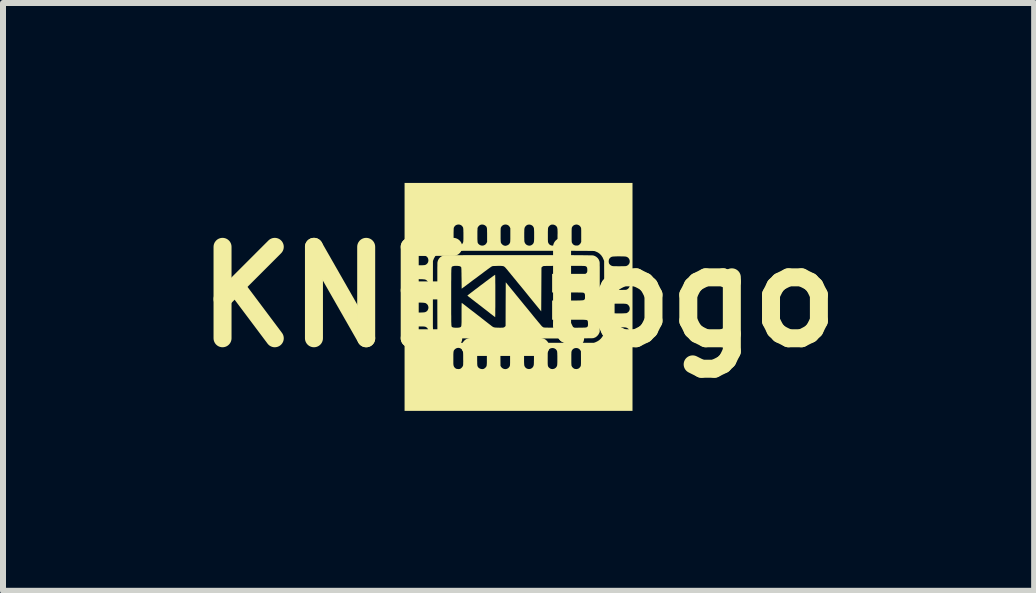
<source format=kicad_pcb>
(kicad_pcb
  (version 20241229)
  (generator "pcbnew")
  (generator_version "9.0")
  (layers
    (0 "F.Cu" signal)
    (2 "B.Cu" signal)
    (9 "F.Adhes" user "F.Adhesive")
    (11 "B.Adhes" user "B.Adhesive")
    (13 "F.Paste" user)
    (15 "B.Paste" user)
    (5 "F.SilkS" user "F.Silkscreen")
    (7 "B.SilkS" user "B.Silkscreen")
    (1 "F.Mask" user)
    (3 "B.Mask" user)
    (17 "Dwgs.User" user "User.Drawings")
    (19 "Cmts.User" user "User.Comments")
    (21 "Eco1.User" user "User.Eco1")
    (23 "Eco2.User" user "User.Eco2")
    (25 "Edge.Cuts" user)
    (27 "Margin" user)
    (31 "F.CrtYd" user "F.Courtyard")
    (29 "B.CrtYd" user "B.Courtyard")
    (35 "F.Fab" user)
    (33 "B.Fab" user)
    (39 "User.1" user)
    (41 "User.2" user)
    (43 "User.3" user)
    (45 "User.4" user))
  (footprint "KNE_logo"
    (layer "F.Cu")
    (at 5.595 1.9)
    (property "Reference" "KNE_logo" (at 0 0 0) (layer "F.SilkS") (effects (font (size 1.524 1.524) (thickness 0.3))))
    (attr board_only exclude_from_pos_files exclude_from_bom)
    (fp_poly (pts (xy -0.39 -0.366) (xy -0.389 -0.355) (xy -0.389 -0.338) (xy -0.388 -0.314) (xy -0.388 -0.283) (xy -0.388 -0.245) (xy -0.387 -0.2) (xy -0.387 -0.149) (xy -0.387 -0.091) (xy -0.387 -0.026) (xy -0.387 -0.016) (xy -0.387 0.033) (xy -0.387 0.081) (xy -0.387 0.125) (xy -0.387 0.167) (xy -0.388 0.205) (xy -0.388 0.24) (xy -0.388 0.27) (xy -0.388 0.295) (xy -0.389 0.314) (xy -0.389 0.328) (xy -0.389 0.336) (xy -0.39 0.338) (xy -0.393 0.335) (xy -0.401 0.329) (xy -0.413 0.32) (xy -0.429 0.308) (xy -0.447 0.294) (xy -0.467 0.279) (xy -0.47 0.277) (xy -0.488 0.262) (xy -0.511 0.244) (xy -0.538 0.223) (xy -0.568 0.2) (xy -0.599 0.176) (xy -0.632 0.15) (xy -0.665 0.125) (xy -0.696 0.1) (xy -0.699 0.099) (xy -0.727 0.077) (xy -0.754 0.056) (xy -0.779 0.037) (xy -0.801 0.019) (xy -0.82 0.005) (xy -0.835 -0.007) (xy -0.846 -0.016) (xy -0.852 -0.02) (xy -0.853 -0.021) (xy -0.851 -0.024) (xy -0.843 -0.03) (xy -0.831 -0.04) (xy -0.815 -0.052) (xy -0.795 -0.068) (xy -0.772 -0.085) (xy -0.746 -0.105) (xy -0.719 -0.126) (xy -0.689 -0.148) (xy -0.659 -0.171) (xy -0.628 -0.195) (xy -0.596 -0.218) (xy -0.566 -0.241) (xy -0.536 -0.264) (xy -0.507 -0.285) (xy -0.481 -0.305) (xy -0.457 -0.322) (xy -0.436 -0.338) (xy -0.418 -0.351) (xy -0.404 -0.36) (xy -0.395 -0.367) (xy -0.391 -0.369) (xy -0.391 -0.369)) (stroke (width 0) (type solid)) (fill yes) (layer "F.SilkS"))
    (fp_poly (pts (xy 0.121 -0.697) (xy 0.202 -0.697) (xy 0.283 -0.697) (xy 0.362 -0.697) (xy 0.44 -0.697) (xy 0.516 -0.697) (xy 0.59 -0.697) (xy 0.661 -0.696) (xy 0.73 -0.696) (xy 0.796 -0.696) (xy 0.859 -0.696) (xy 0.918 -0.696) (xy 0.973 -0.695) (xy 1.024 -0.695) (xy 1.071 -0.695) (xy 1.113 -0.694) (xy 1.149 -0.694) (xy 1.18 -0.693) (xy 1.205 -0.693) (xy 1.225 -0.693) (xy 1.237 -0.692) (xy 1.243 -0.692) (xy 1.243 -0.692) (xy 1.273 -0.682) (xy 1.299 -0.666) (xy 1.321 -0.646) (xy 1.338 -0.621) (xy 1.349 -0.592) (xy 1.351 -0.584) (xy 1.352 -0.58) (xy 1.352 -0.572) (xy 1.353 -0.56) (xy 1.353 -0.544) (xy 1.353 -0.523) (xy 1.354 -0.499) (xy 1.354 -0.469) (xy 1.354 -0.435) (xy 1.354 -0.395) (xy 1.354 -0.35) (xy 1.354 -0.299) (xy 1.354 -0.242) (xy 1.354 -0.179) (xy 1.354 -0.109) (xy 1.354 -0.033) (xy 1.354 0.009) (xy 1.353 0.582) (xy 1.345 0.603) (xy 1.33 0.63) (xy 1.31 0.653) (xy 1.286 0.672) (xy 1.258 0.684) (xy 1.244 0.688) (xy 1.238 0.688) (xy 1.225 0.689) (xy 1.206 0.689) (xy 1.181 0.69) (xy 1.15 0.69) (xy 1.114 0.691) (xy 1.073 0.691) (xy 1.026 0.691) (xy 0.975 0.692) (xy 0.92 0.692) (xy 0.861 0.692) (xy 0.799 0.692) (xy 0.733 0.693) (xy 0.664 0.693) (xy 0.592 0.693) (xy 0.518 0.693) (xy 0.442 0.693) (xy 0.364 0.693) (xy 0.285 0.693) (xy 0.205 0.693) (xy 0.124 0.694) (xy 0.043 0.694) (xy -0.039 0.694) (xy -0.12 0.694) (xy -0.202 0.693) (xy -0.282 0.693) (xy -0.361 0.693) (xy -0.439 0.693) (xy -0.515 0.693) (xy -0.589 0.693) (xy -0.661 0.693) (xy -0.73 0.692) (xy -0.796 0.692) (xy -0.859 0.692) (xy -0.918 0.692) (xy -0.973 0.691) (xy -1.025 0.691) (xy -1.071 0.691) (xy -1.113 0.69) (xy -1.15 0.69) (xy -1.181 0.69) (xy -1.207 0.689) (xy -1.226 0.689) (xy -1.239 0.688) (xy -1.245 0.688) (xy -1.246 0.688) (xy -1.274 0.678) (xy -1.299 0.663) (xy -1.321 0.642) (xy -1.338 0.617) (xy -1.345 0.603) (xy -1.353 0.582) (xy -1.354 0.188) (xy -1.123 0.188) (xy -1.123 0.238) (xy -1.123 0.282) (xy -1.122 0.321) (xy -1.122 0.355) (xy -1.122 0.385) (xy -1.122 0.41) (xy -1.121 0.431) (xy -1.12 0.449) (xy -1.12 0.463) (xy -1.119 0.475) (xy -1.117 0.484) (xy -1.116 0.491) (xy -1.114 0.496) (xy -1.112 0.499) (xy -1.11 0.502) (xy -1.108 0.503) (xy -1.105 0.504) (xy -1.102 0.505) (xy -1.098 0.506) (xy -1.097 0.507) (xy -1.084 0.511) (xy -1.067 0.513) (xy -1.047 0.514) (xy -1.026 0.514) (xy -1.006 0.513) (xy -0.988 0.511) (xy -0.976 0.507) (xy -0.976 0.507) (xy -0.97 0.505) (xy -0.966 0.502) (xy -0.962 0.499) (xy -0.959 0.496) (xy -0.956 0.49) (xy -0.954 0.482) (xy -0.953 0.472) (xy -0.952 0.459) (xy -0.951 0.441) (xy -0.95 0.419) (xy -0.95 0.393) (xy -0.95 0.361) (xy -0.95 0.322) (xy -0.95 0.288) (xy -0.95 0.245) (xy -0.95 0.207) (xy -0.95 0.174) (xy -0.949 0.146) (xy -0.949 0.125) (xy -0.948 0.11) (xy -0.947 0.101) (xy -0.947 0.099) (xy -0.944 0.101) (xy -0.935 0.108) (xy -0.923 0.117) (xy -0.906 0.13) (xy -0.885 0.146) (xy -0.862 0.164) (xy -0.835 0.185) (xy -0.807 0.207) (xy -0.777 0.23) (xy -0.745 0.254) (xy -0.713 0.279) (xy -0.681 0.304) (xy -0.648 0.329) (xy -0.617 0.354) (xy -0.587 0.377) (xy -0.558 0.4) (xy -0.532 0.42) (xy -0.508 0.439) (xy -0.487 0.455) (xy -0.47 0.468) (xy -0.466 0.471) (xy -0.45 0.484) (xy -0.436 0.494) (xy -0.425 0.501) (xy -0.413 0.506) (xy -0.401 0.509) (xy -0.386 0.511) (xy -0.367 0.512) (xy -0.343 0.513) (xy -0.333 0.513) (xy -0.305 0.514) (xy -0.283 0.513) (xy -0.266 0.513) (xy -0.254 0.511) (xy -0.244 0.508) (xy -0.236 0.504) (xy -0.23 0.499) (xy -0.227 0.496) (xy -0.216 0.485) (xy -0.215 0.12) (xy -0.213 -0.244) (xy -0.127 -0.139) (xy -0.106 -0.113) (xy -0.084 -0.087) (xy -0.063 -0.061) (xy -0.044 -0.037) (xy -0.026 -0.015) (xy -0.011 0.003) (xy -0.002 0.014) (xy 0.051 0.079) (xy 0.099 0.138) (xy 0.143 0.191) (xy 0.183 0.24) (xy 0.219 0.284) (xy 0.251 0.324) (xy 0.279 0.358) (xy 0.305 0.389) (xy 0.326 0.415) (xy 0.345 0.437) (xy 0.36 0.455) (xy 0.372 0.47) (xy 0.381 0.48) (xy 0.388 0.488) (xy 0.392 0.492) (xy 0.392 0.492) (xy 0.403 0.5) (xy 0.415 0.507) (xy 0.421 0.51) (xy 0.427 0.511) (xy 0.439 0.511) (xy 0.458 0.512) (xy 0.483 0.512) (xy 0.515 0.513) (xy 0.553 0.513) (xy 0.598 0.513) (xy 0.65 0.514) (xy 0.709 0.514) (xy 0.775 0.514) (xy 0.777 0.514) (xy 0.835 0.514) (xy 0.886 0.514) (xy 0.932 0.514) (xy 0.971 0.514) (xy 1.005 0.513) (xy 1.034 0.513) (xy 1.059 0.513) (xy 1.079 0.512) (xy 1.096 0.512) (xy 1.109 0.511) (xy 1.12 0.51) (xy 1.128 0.508) (xy 1.134 0.507) (xy 1.139 0.505) (xy 1.142 0.503) (xy 1.145 0.501) (xy 1.147 0.498) (xy 1.15 0.495) (xy 1.15 0.494) (xy 1.154 0.489) (xy 1.156 0.483) (xy 1.157 0.474) (xy 1.158 0.462) (xy 1.158 0.448) (xy 1.157 0.427) (xy 1.156 0.412) (xy 1.153 0.403) (xy 1.152 0.401) (xy 1.151 0.397) (xy 1.149 0.394) (xy 1.147 0.391) (xy 1.144 0.389) (xy 1.139 0.387) (xy 1.133 0.385) (xy 1.125 0.384) (xy 1.114 0.383) (xy 1.1 0.382) (xy 1.083 0.381) (xy 1.061 0.381) (xy 1.035 0.38) (xy 1.004 0.38) (xy 0.967 0.38) (xy 0.925 0.38) (xy 0.877 0.38) (xy 0.843 0.38) (xy 0.56 0.38) (xy 0.56 0.06) (xy 0.815 0.06) (xy 0.865 0.06) (xy 0.908 0.06) (xy 0.946 0.06) (xy 0.977 0.06) (xy 1.004 0.059) (xy 1.026 0.059) (xy 1.044 0.058) (xy 1.059 0.057) (xy 1.07 0.056) (xy 1.079 0.055) (xy 1.085 0.053) (xy 1.09 0.051) (xy 1.094 0.049) (xy 1.097 0.046) (xy 1.099 0.042) (xy 1.101 0.04) (xy 1.104 0.035) (xy 1.107 0.029) (xy 1.108 0.021) (xy 1.108 0.008) (xy 1.108 -0.006) (xy 1.108 -0.027) (xy 1.106 -0.043) (xy 1.102 -0.054) (xy 1.096 -0.062) (xy 1.088 -0.067) (xy 1.086 -0.068) (xy 1.083 -0.069) (xy 1.079 -0.07) (xy 1.074 -0.071) (xy 1.066 -0.072) (xy 1.056 -0.072) (xy 1.043 -0.073) (xy 1.026 -0.073) (xy 1.006 -0.073) (xy 0.981 -0.074) (xy 0.95 -0.074) (xy 0.915 -0.074) (xy 0.873 -0.074) (xy 0.825 -0.074) (xy 0.817 -0.074) (xy 0.56 -0.074) (xy 0.56 -0.384) (xy 1.114 -0.384) (xy 1.126 -0.392) (xy 1.136 -0.401) (xy 1.143 -0.413) (xy 1.146 -0.429) (xy 1.147 -0.451) (xy 1.146 -0.458) (xy 1.145 -0.476) (xy 1.142 -0.489) (xy 1.137 -0.498) (xy 1.13 -0.505) (xy 1.122 -0.51) (xy 1.12 -0.511) (xy 1.118 -0.512) (xy 1.114 -0.513) (xy 1.11 -0.514) (xy 1.105 -0.515) (xy 1.097 -0.515) (xy 1.087 -0.516) (xy 1.074 -0.516) (xy 1.058 -0.517) (xy 1.039 -0.517) (xy 1.015 -0.517) (xy 0.987 -0.517) (xy 0.954 -0.517) (xy 0.916 -0.517) (xy 0.871 -0.517) (xy 0.821 -0.517) (xy 0.768 -0.517) (xy 0.708 -0.517) (xy 0.653 -0.517) (xy 0.603 -0.517) (xy 0.559 -0.517) (xy 0.52 -0.516) (xy 0.486 -0.516) (xy 0.459 -0.516) (xy 0.438 -0.515) (xy 0.424 -0.515) (xy 0.416 -0.514) (xy 0.415 -0.514) (xy 0.404 -0.509) (xy 0.394 -0.501) (xy 0.392 -0.499) (xy 0.382 -0.489) (xy 0.38 -0.124) (xy 0.378 0.241) (xy 0.19 0.011) (xy 0.14 -0.051) (xy 0.095 -0.107) (xy 0.053 -0.158) (xy 0.015 -0.204) (xy -0.019 -0.245) (xy -0.049 -0.283) (xy -0.077 -0.316) (xy -0.101 -0.346) (xy -0.123 -0.372) (xy -0.141 -0.395) (xy -0.158 -0.415) (xy -0.172 -0.432) (xy -0.183 -0.446) (xy -0.193 -0.458) (xy -0.202 -0.468) (xy -0.209 -0.476) (xy -0.214 -0.482) (xy -0.219 -0.487) (xy -0.222 -0.491) (xy -0.225 -0.494) (xy -0.227 -0.496) (xy -0.228 -0.497) (xy -0.236 -0.503) (xy -0.243 -0.508) (xy -0.252 -0.512) (xy -0.263 -0.514) (xy -0.276 -0.516) (xy -0.294 -0.517) (xy -0.317 -0.517) (xy -0.345 -0.517) (xy -0.352 -0.517) (xy -0.379 -0.516) (xy -0.4 -0.515) (xy -0.416 -0.515) (xy -0.428 -0.513) (xy -0.437 -0.512) (xy -0.443 -0.51) (xy -0.444 -0.51) (xy -0.449 -0.506) (xy -0.46 -0.499) (xy -0.475 -0.489) (xy -0.493 -0.476) (xy -0.514 -0.461) (xy -0.536 -0.444) (xy -0.553 -0.432) (xy -0.576 -0.415) (xy -0.603 -0.394) (xy -0.634 -0.371) (xy -0.668 -0.346) (xy -0.702 -0.32) (xy -0.738 -0.294) (xy -0.772 -0.269) (xy -0.799 -0.248) (xy -0.948 -0.137) (xy -0.95 -0.312) (xy -0.951 -0.355) (xy -0.951 -0.392) (xy -0.952 -0.422) (xy -0.952 -0.446) (xy -0.953 -0.465) (xy -0.954 -0.479) (xy -0.955 -0.489) (xy -0.956 -0.494) (xy -0.956 -0.495) (xy -0.962 -0.501) (xy -0.971 -0.508) (xy -0.976 -0.51) (xy -0.988 -0.514) (xy -1.006 -0.516) (xy -1.026 -0.518) (xy -1.047 -0.518) (xy -1.068 -0.517) (xy -1.085 -0.514) (xy -1.097 -0.51) (xy -1.1 -0.509) (xy -1.104 -0.508) (xy -1.107 -0.507) (xy -1.109 -0.505) (xy -1.111 -0.503) (xy -1.113 -0.5) (xy -1.115 -0.495) (xy -1.117 -0.489) (xy -1.118 -0.48) (xy -1.119 -0.469) (xy -1.12 -0.455) (xy -1.121 -0.438) (xy -1.121 -0.418) (xy -1.122 -0.394) (xy -1.122 -0.365) (xy -1.122 -0.333) (xy -1.122 -0.295) (xy -1.123 -0.252) (xy -1.123 -0.203) (xy -1.123 -0.149) (xy -1.123 -0.088) (xy -1.123 -0.021) (xy -1.123 0.001) (xy -1.123 0.07) (xy -1.123 0.132) (xy -1.123 0.188) (xy -1.354 0.188) (xy -1.354 0.011) (xy -1.354 -0.071) (xy -1.354 -0.145) (xy -1.354 -0.212) (xy -1.354 -0.274) (xy -1.354 -0.329) (xy -1.354 -0.378) (xy -1.354 -0.421) (xy -1.354 -0.458) (xy -1.354 -0.491) (xy -1.353 -0.518) (xy -1.353 -0.54) (xy -1.353 -0.557) (xy -1.352 -0.57) (xy -1.352 -0.578) (xy -1.351 -0.582) (xy -1.342 -0.612) (xy -1.327 -0.638) (xy -1.307 -0.66) (xy -1.283 -0.677) (xy -1.254 -0.689) (xy -1.243 -0.692) (xy -1.238 -0.692) (xy -1.225 -0.693) (xy -1.206 -0.693) (xy -1.181 -0.693) (xy -1.15 -0.694) (xy -1.113 -0.694) (xy -1.072 -0.695) (xy -1.026 -0.695) (xy -0.975 -0.695) (xy -0.919 -0.696) (xy -0.86 -0.696) (xy -0.798 -0.696) (xy -0.732 -0.696) (xy -0.663 -0.696) (xy -0.591 -0.697) (xy -0.517 -0.697) (xy -0.441 -0.697) (xy -0.364 -0.697) (xy -0.284 -0.697) (xy -0.204 -0.697) (xy -0.123 -0.697) (xy -0.042 -0.697) (xy 0.04 -0.697)) (stroke (width 0) (type solid)) (fill yes) (layer "F.SilkS"))
    (fp_poly (pts (xy 1.9 1.9) (xy -1.9 1.9) (xy -1.9 1.027) (xy -1.087 1.027) (xy -1.087 1.06) (xy -1.087 1.087) (xy -1.087 1.109) (xy -1.086 1.126) (xy -1.084 1.139) (xy -1.082 1.149) (xy -1.079 1.157) (xy -1.075 1.164) (xy -1.071 1.171) (xy -1.067 1.176) (xy -1.052 1.19) (xy -1.036 1.199) (xy -1.016 1.202) (xy -1 1.203) (xy -0.986 1.202) (xy -0.975 1.199) (xy -0.966 1.195) (xy -0.96 1.191) (xy -0.942 1.174) (xy -0.929 1.154) (xy -0.925 1.143) (xy -0.924 1.135) (xy -0.923 1.12) (xy -0.923 1.1) (xy -0.922 1.073) (xy -0.923 1.042) (xy -0.923 1.028) (xy -0.69 1.028) (xy -0.69 1.061) (xy -0.689 1.089) (xy -0.689 1.111) (xy -0.688 1.128) (xy -0.687 1.142) (xy -0.684 1.152) (xy -0.681 1.16) (xy -0.678 1.167) (xy -0.673 1.173) (xy -0.667 1.18) (xy -0.664 1.182) (xy -0.647 1.194) (xy -0.627 1.201) (xy -0.605 1.204) (xy -0.585 1.201) (xy -0.579 1.199) (xy -0.563 1.189) (xy -0.548 1.175) (xy -0.537 1.16) (xy -0.533 1.152) (xy -0.532 1.146) (xy -0.531 1.138) (xy -0.53 1.129) (xy -0.529 1.115) (xy -0.528 1.098) (xy -0.528 1.076) (xy -0.528 1.049) (xy -0.528 1.024) (xy -0.528 0.973) (xy -0.302 0.973) (xy -0.302 1.006) (xy -0.302 1.033) (xy -0.301 1.15) (xy -0.29 1.167) (xy -0.276 1.183) (xy -0.258 1.195) (xy -0.237 1.202) (xy -0.215 1.204) (xy -0.193 1.199) (xy -0.191 1.198) (xy -0.173 1.188) (xy -0.158 1.173) (xy -0.147 1.156) (xy -0.146 1.152) (xy -0.144 1.146) (xy -0.143 1.14) (xy -0.142 1.131) (xy -0.142 1.119) (xy -0.141 1.103) (xy -0.141 1.082) (xy -0.141 1.055) (xy -0.141 1.034) (xy 0.092 1.034) (xy 0.092 1.06) (xy 0.092 1.084) (xy 0.093 1.106) (xy 0.094 1.124) (xy 0.095 1.136) (xy 0.095 1.14) (xy 0.103 1.161) (xy 0.116 1.179) (xy 0.133 1.192) (xy 0.153 1.2) (xy 0.174 1.203) (xy 0.196 1.2) (xy 0.21 1.195) (xy 0.23 1.181) (xy 0.244 1.163) (xy 0.252 1.142) (xy 0.254 1.133) (xy 0.255 1.118) (xy 0.256 1.098) (xy 0.256 1.084) (xy 0.486 1.084) (xy 0.486 1.106) (xy 0.487 1.125) (xy 0.488 1.139) (xy 0.49 1.15) (xy 0.493 1.158) (xy 0.496 1.165) (xy 0.5 1.171) (xy 0.506 1.177) (xy 0.508 1.179) (xy 0.527 1.194) (xy 0.548 1.202) (xy 0.571 1.203) (xy 0.594 1.198) (xy 0.601 1.194) (xy 0.621 1.181) (xy 0.635 1.163) (xy 0.644 1.141) (xy 0.644 1.139) (xy 0.645 1.128) (xy 0.646 1.11) (xy 0.647 1.086) (xy 0.647 1.054) (xy 0.647 1.027) (xy 0.88 1.027) (xy 0.88 1.064) (xy 0.88 1.095) (xy 0.881 1.119) (xy 0.882 1.136) (xy 0.883 1.146) (xy 0.884 1.148) (xy 0.891 1.163) (xy 0.903 1.178) (xy 0.917 1.19) (xy 0.93 1.198) (xy 0.95 1.202) (xy 0.971 1.203) (xy 0.99 1.198) (xy 0.994 1.197) (xy 1.009 1.188) (xy 1.022 1.175) (xy 1.033 1.16) (xy 1.038 1.148) (xy 1.039 1.14) (xy 1.04 1.125) (xy 1.041 1.104) (xy 1.041 1.076) (xy 1.041 1.041) (xy 1.041 1.02) (xy 1.04 0.906) (xy 1.029 0.888) (xy 1.015 0.871) (xy 0.998 0.86) (xy 0.978 0.853) (xy 0.957 0.852) (xy 0.937 0.855) (xy 0.918 0.863) (xy 0.902 0.876) (xy 0.889 0.894) (xy 0.885 0.904) (xy 0.884 0.91) (xy 0.882 0.917) (xy 0.881 0.927) (xy 0.881 0.941) (xy 0.88 0.959) (xy 0.88 0.982) (xy 0.88 1.011) (xy 0.88 1.027) (xy 0.647 1.027) (xy 0.647 1.015) (xy 0.647 0.985) (xy 0.646 0.961) (xy 0.646 0.942) (xy 0.645 0.928) (xy 0.644 0.918) (xy 0.643 0.91) (xy 0.642 0.904) (xy 0.64 0.9) (xy 0.638 0.895) (xy 0.638 0.895) (xy 0.624 0.875) (xy 0.606 0.862) (xy 0.585 0.854) (xy 0.56 0.852) (xy 0.56 0.852) (xy 0.536 0.857) (xy 0.517 0.867) (xy 0.501 0.883) (xy 0.497 0.888) (xy 0.487 0.903) (xy 0.486 1.021) (xy 0.486 1.055) (xy 0.486 1.084) (xy 0.256 1.084) (xy 0.256 1.075) (xy 0.257 1.05) (xy 0.257 1.024) (xy 0.257 0.998) (xy 0.257 0.973) (xy 0.256 0.951) (xy 0.255 0.933) (xy 0.254 0.92) (xy 0.253 0.915) (xy 0.245 0.893) (xy 0.232 0.875) (xy 0.214 0.861) (xy 0.192 0.853) (xy 0.174 0.852) (xy 0.151 0.855) (xy 0.13 0.864) (xy 0.113 0.879) (xy 0.101 0.898) (xy 0.095 0.915) (xy 0.094 0.924) (xy 0.093 0.94) (xy 0.092 0.959) (xy 0.092 0.983) (xy 0.092 1.008) (xy 0.092 1.034) (xy -0.141 1.034) (xy -0.141 1.027) (xy -0.141 0.913) (xy -0.15 0.894) (xy -0.163 0.875) (xy -0.18 0.861) (xy -0.199 0.853) (xy -0.22 0.85) (xy -0.242 0.852) (xy -0.262 0.861) (xy -0.28 0.874) (xy -0.289 0.885) (xy -0.297 0.897) (xy -0.299 0.903) (xy -0.3 0.911) (xy -0.301 0.925) (xy -0.302 0.946) (xy -0.302 0.973) (xy -0.528 0.973) (xy -0.528 0.913) (xy -0.537 0.895) (xy -0.55 0.876) (xy -0.568 0.862) (xy -0.589 0.854) (xy -0.611 0.852) (xy -0.634 0.855) (xy -0.654 0.864) (xy -0.671 0.88) (xy -0.683 0.899) (xy -0.685 0.904) (xy -0.686 0.909) (xy -0.687 0.915) (xy -0.688 0.925) (xy -0.689 0.937) (xy -0.689 0.953) (xy -0.689 0.974) (xy -0.69 1) (xy -0.69 1.028) (xy -0.923 1.028) (xy -0.923 1.019) (xy -0.923 0.989) (xy -0.923 0.964) (xy -0.924 0.945) (xy -0.924 0.93) (xy -0.925 0.919) (xy -0.926 0.911) (xy -0.927 0.905) (xy -0.929 0.901) (xy -0.931 0.896) (xy -0.931 0.896) (xy -0.946 0.875) (xy -0.963 0.861) (xy -0.983 0.852) (xy -1.004 0.849) (xy -1.026 0.852) (xy -1.047 0.862) (xy -1.059 0.871) (xy -1.066 0.878) (xy -1.072 0.885) (xy -1.077 0.892) (xy -1.081 0.9) (xy -1.083 0.911) (xy -1.085 0.924) (xy -1.086 0.941) (xy -1.087 0.962) (xy -1.087 0.989) (xy -1.087 1.022) (xy -1.087 1.027) (xy -1.9 1.027) (xy -1.9 0.578) (xy -1.854 0.578) (xy -1.854 0.581) (xy -1.849 0.604) (xy -1.838 0.624) (xy -1.822 0.639) (xy -1.813 0.645) (xy -1.794 0.655) (xy -1.678 0.655) (xy -1.646 0.655) (xy -1.62 0.654) (xy -1.6 0.654) (xy -1.584 0.654) (xy -1.573 0.653) (xy -1.564 0.652) (xy -1.557 0.651) (xy -1.552 0.65) (xy -1.548 0.648) (xy -1.546 0.647) (xy -1.528 0.635) (xy -1.513 0.617) (xy -1.504 0.597) (xy -1.501 0.575) (xy -1.502 0.557) (xy -1.511 0.535) (xy -1.524 0.516) (xy -1.542 0.503) (xy -1.546 0.501) (xy -1.551 0.499) (xy -1.556 0.497) (xy -1.561 0.496) (xy -1.568 0.495) (xy -1.577 0.494) (xy -1.59 0.493) (xy -1.606 0.493) (xy -1.627 0.493) (xy -1.653 0.493) (xy -1.679 0.493) (xy -1.712 0.493) (xy -1.74 0.493) (xy -1.762 0.494) (xy -1.78 0.494) (xy -1.793 0.496) (xy -1.804 0.498) (xy -1.812 0.501) (xy -1.819 0.505) (xy -1.825 0.51) (xy -1.831 0.517) (xy -1.834 0.52) (xy -1.846 0.537) (xy -1.853 0.556) (xy -1.854 0.578) (xy -1.9 0.578) (xy -1.9 0.307) (xy -1.428 0.307) (xy -1.428 0.354) (xy -1.428 0.396) (xy -1.428 0.433) (xy -1.428 0.465) (xy -1.428 0.494) (xy -1.427 0.519) (xy -1.426 0.54) (xy -1.426 0.558) (xy -1.425 0.574) (xy -1.424 0.587) (xy -1.423 0.597) (xy -1.421 0.607) (xy -1.42 0.614) (xy -1.418 0.621) (xy -1.416 0.626) (xy -1.413 0.632) (xy -1.411 0.637) (xy -1.408 0.642) (xy -1.405 0.648) (xy -1.404 0.651) (xy -1.385 0.681) (xy -1.36 0.708) (xy -1.332 0.731) (xy -1.3 0.748) (xy -1.266 0.76) (xy -1.252 0.763) (xy -1.247 0.764) (xy -1.235 0.764) (xy -1.217 0.764) (xy -1.192 0.764) (xy -1.162 0.764) (xy -1.126 0.765) (xy -1.084 0.765) (xy -1.037 0.765) (xy -0.985 0.765) (xy -0.928 0.765) (xy -0.867 0.765) (xy -0.801 0.765) (xy -0.731 0.766) (xy -0.658 0.766) (xy -0.581 0.766) (xy -0.501 0.766) (xy -0.418 0.766) (xy -0.332 0.766) (xy -0.243 0.766) (xy -0.153 0.766) (xy -0.06 0.766) (xy 0.011 0.766) (xy 1.255 0.765) (xy 1.277 0.758) (xy 1.312 0.742) (xy 1.344 0.722) (xy 1.371 0.697) (xy 1.394 0.669) (xy 1.404 0.651) (xy 1.407 0.645) (xy 1.41 0.639) (xy 1.412 0.634) (xy 1.415 0.629) (xy 1.417 0.624) (xy 1.419 0.617) (xy 1.42 0.61) (xy 1.422 0.602) (xy 1.423 0.592) (xy 1.423 0.589) (xy 1.501 0.589) (xy 1.504 0.613) (xy 1.514 0.633) (xy 1.529 0.651) (xy 1.53 0.651) (xy 1.537 0.657) (xy 1.543 0.661) (xy 1.55 0.664) (xy 1.557 0.667) (xy 1.567 0.669) (xy 1.58 0.67) (xy 1.596 0.671) (xy 1.617 0.671) (xy 1.643 0.671) (xy 1.675 0.671) (xy 1.682 0.671) (xy 1.714 0.671) (xy 1.739 0.671) (xy 1.759 0.67) (xy 1.774 0.67) (xy 1.785 0.669) (xy 1.794 0.668) (xy 1.8 0.667) (xy 1.805 0.666) (xy 1.809 0.664) (xy 1.811 0.663) (xy 1.831 0.649) (xy 1.845 0.631) (xy 1.852 0.61) (xy 1.855 0.589) (xy 1.851 0.565) (xy 1.842 0.545) (xy 1.827 0.528) (xy 1.807 0.516) (xy 1.796 0.512) (xy 1.789 0.51) (xy 1.781 0.509) (xy 1.77 0.508) (xy 1.757 0.507) (xy 1.739 0.507) (xy 1.716 0.507) (xy 1.688 0.507) (xy 1.669 0.507) (xy 1.638 0.508) (xy 1.614 0.508) (xy 1.595 0.508) (xy 1.58 0.509) (xy 1.57 0.51) (xy 1.562 0.511) (xy 1.556 0.512) (xy 1.551 0.514) (xy 1.547 0.516) (xy 1.547 0.516) (xy 1.526 0.531) (xy 1.512 0.549) (xy 1.503 0.57) (xy 1.501 0.589) (xy 1.423 0.589) (xy 1.424 0.58) (xy 1.425 0.565) (xy 1.426 0.548) (xy 1.427 0.528) (xy 1.427 0.505) (xy 1.428 0.478) (xy 1.428 0.448) (xy 1.428 0.413) (xy 1.428 0.373) (xy 1.428 0.328) (xy 1.428 0.279) (xy 1.428 0.223) (xy 1.428 0.199) (xy 1.502 0.199) (xy 1.506 0.22) (xy 1.516 0.239) (xy 1.53 0.256) (xy 1.55 0.268) (xy 1.552 0.269) (xy 1.56 0.271) (xy 1.573 0.272) (xy 1.592 0.273) (xy 1.614 0.274) (xy 1.639 0.275) (xy 1.665 0.275) (xy 1.692 0.275) (xy 1.719 0.275) (xy 1.743 0.274) (xy 1.765 0.273) (xy 1.784 0.272) (xy 1.797 0.271) (xy 1.804 0.269) (xy 1.824 0.257) (xy 1.839 0.242) (xy 1.849 0.223) (xy 1.854 0.202) (xy 1.853 0.181) (xy 1.847 0.161) (xy 1.835 0.142) (xy 1.826 0.133) (xy 1.82 0.127) (xy 1.813 0.123) (xy 1.806 0.12) (xy 1.797 0.117) (xy 1.786 0.115) (xy 1.772 0.114) (xy 1.754 0.113) (xy 1.731 0.113) (xy 1.703 0.113) (xy 1.675 0.113) (xy 1.641 0.113) (xy 1.614 0.113) (xy 1.593 0.114) (xy 1.576 0.114) (xy 1.563 0.116) (xy 1.553 0.118) (xy 1.545 0.121) (xy 1.538 0.125) (xy 1.532 0.131) (xy 1.525 0.137) (xy 1.525 0.138) (xy 1.511 0.157) (xy 1.503 0.178) (xy 1.502 0.199) (xy 1.428 0.199) (xy 1.428 0.162) (xy 1.428 0.095) (xy 1.428 0.02) (xy 1.428 -0.014) (xy 1.428 -0.199) (xy 1.503 -0.199) (xy 1.506 -0.175) (xy 1.515 -0.153) (xy 1.53 -0.136) (xy 1.55 -0.123) (xy 1.55 -0.123) (xy 1.555 -0.121) (xy 1.56 -0.12) (xy 1.567 -0.118) (xy 1.576 -0.118) (xy 1.588 -0.117) (xy 1.605 -0.117) (xy 1.626 -0.116) (xy 1.653 -0.116) (xy 1.675 -0.116) (xy 1.713 -0.116) (xy 1.744 -0.117) (xy 1.769 -0.117) (xy 1.786 -0.118) (xy 1.797 -0.12) (xy 1.799 -0.12) (xy 1.81 -0.125) (xy 1.822 -0.133) (xy 1.826 -0.136) (xy 1.841 -0.153) (xy 1.851 -0.173) (xy 1.854 -0.194) (xy 1.852 -0.215) (xy 1.845 -0.235) (xy 1.833 -0.252) (xy 1.816 -0.266) (xy 1.804 -0.273) (xy 1.797 -0.274) (xy 1.783 -0.276) (xy 1.764 -0.277) (xy 1.742 -0.278) (xy 1.717 -0.278) (xy 1.69 -0.279) (xy 1.663 -0.279) (xy 1.637 -0.278) (xy 1.612 -0.278) (xy 1.59 -0.277) (xy 1.572 -0.276) (xy 1.559 -0.274) (xy 1.553 -0.273) (xy 1.532 -0.26) (xy 1.516 -0.244) (xy 1.506 -0.224) (xy 1.503 -0.201) (xy 1.503 -0.199) (xy 1.428 -0.199) (xy 1.427 -0.594) (xy 1.503 -0.594) (xy 1.503 -0.588) (xy 1.505 -0.572) (xy 1.508 -0.56) (xy 1.514 -0.549) (xy 1.53 -0.532) (xy 1.549 -0.52) (xy 1.568 -0.514) (xy 1.576 -0.513) (xy 1.59 -0.512) (xy 1.609 -0.512) (xy 1.631 -0.512) (xy 1.657 -0.511) (xy 1.684 -0.511) (xy 1.689 -0.511) (xy 1.719 -0.512) (xy 1.743 -0.512) (xy 1.761 -0.512) (xy 1.775 -0.513) (xy 1.785 -0.513) (xy 1.793 -0.514) (xy 1.798 -0.516) (xy 1.803 -0.518) (xy 1.808 -0.52) (xy 1.808 -0.52) (xy 1.82 -0.527) (xy 1.83 -0.535) (xy 1.833 -0.538) (xy 1.846 -0.556) (xy 1.853 -0.577) (xy 1.854 -0.598) (xy 1.85 -0.618) (xy 1.841 -0.637) (xy 1.828 -0.653) (xy 1.81 -0.665) (xy 1.791 -0.672) (xy 1.782 -0.673) (xy 1.768 -0.674) (xy 1.748 -0.675) (xy 1.724 -0.675) (xy 1.697 -0.676) (xy 1.675 -0.676) (xy 1.642 -0.676) (xy 1.615 -0.675) (xy 1.593 -0.674) (xy 1.576 -0.673) (xy 1.563 -0.671) (xy 1.552 -0.668) (xy 1.543 -0.664) (xy 1.536 -0.659) (xy 1.529 -0.654) (xy 1.514 -0.637) (xy 1.506 -0.618) (xy 1.503 -0.594) (xy 1.427 -0.594) (xy 1.427 -0.6) (xy 1.419 -0.619) (xy 1.402 -0.658) (xy 1.38 -0.691) (xy 1.354 -0.718) (xy 1.324 -0.74) (xy 1.289 -0.756) (xy 1.272 -0.762) (xy 1.27 -0.763) (xy 1.267 -0.764) (xy 1.264 -0.764) (xy 1.261 -0.765) (xy 1.256 -0.765) (xy 1.249 -0.765) (xy 1.242 -0.766) (xy 1.232 -0.766) (xy 1.221 -0.766) (xy 1.208 -0.767) (xy 1.192 -0.767) (xy 1.174 -0.767) (xy 1.152 -0.767) (xy 1.128 -0.768) (xy 1.101 -0.768) (xy 1.07 -0.768) (xy 1.035 -0.768) (xy 0.997 -0.768) (xy 0.954 -0.768) (xy 0.908 -0.769) (xy 0.856 -0.769) (xy 0.8 -0.769) (xy 0.739 -0.769) (xy 0.672 -0.769) (xy 0.601 -0.769) (xy 0.523 -0.769) (xy 0.44 -0.769) (xy 0.351 -0.769) (xy 0.255 -0.769) (xy 0.153 -0.769) (xy 0.044 -0.769) (xy 0 -0.769) (xy -0.112 -0.769) (xy -0.216 -0.769) (xy -0.314 -0.769) (xy -0.406 -0.769) (xy -0.492 -0.769) (xy -0.571 -0.769) (xy -0.645 -0.769) (xy -0.714 -0.769) (xy -0.777 -0.769) (xy -0.835 -0.769) (xy -0.888 -0.769) (xy -0.937 -0.768) (xy -0.981 -0.768) (xy -1.021 -0.768) (xy -1.057 -0.768) (xy -1.089 -0.768) (xy -1.118 -0.768) (xy -1.143 -0.768) (xy -1.166 -0.767) (xy -1.185 -0.767) (xy -1.202 -0.767) (xy -1.216 -0.767) (xy -1.228 -0.766) (xy -1.238 -0.766) (xy -1.247 -0.766) (xy -1.253 -0.765) (xy -1.259 -0.765) (xy -1.263 -0.764) (xy -1.266 -0.764) (xy -1.269 -0.763) (xy -1.271 -0.763) (xy -1.272 -0.762) (xy -1.309 -0.748) (xy -1.341 -0.728) (xy -1.369 -0.704) (xy -1.392 -0.674) (xy -1.412 -0.638) (xy -1.419 -0.619) (xy -1.427 -0.6) (xy -1.428 -0.014) (xy -1.428 0.063) (xy -1.428 0.133) (xy -1.428 0.197) (xy -1.428 0.255) (xy -1.428 0.307) (xy -1.9 0.307) (xy -1.9 0.187) (xy -1.853 0.187) (xy -1.849 0.207) (xy -1.839 0.225) (xy -1.825 0.24) (xy -1.806 0.252) (xy -1.795 0.255) (xy -1.785 0.257) (xy -1.77 0.258) (xy -1.75 0.259) (xy -1.726 0.26) (xy -1.7 0.26) (xy -1.673 0.261) (xy -1.647 0.26) (xy -1.622 0.26) (xy -1.599 0.259) (xy -1.58 0.258) (xy -1.566 0.256) (xy -1.559 0.255) (xy -1.539 0.246) (xy -1.522 0.232) (xy -1.511 0.214) (xy -1.504 0.195) (xy -1.502 0.174) (xy -1.506 0.154) (xy -1.514 0.134) (xy -1.529 0.118) (xy -1.534 0.114) (xy -1.541 0.109) (xy -1.549 0.104) (xy -1.559 0.101) (xy -1.571 0.099) (xy -1.586 0.097) (xy -1.605 0.096) (xy -1.629 0.095) (xy -1.658 0.095) (xy -1.676 0.095) (xy -1.71 0.095) (xy -1.737 0.096) (xy -1.759 0.096) (xy -1.777 0.098) (xy -1.791 0.1) (xy -1.802 0.102) (xy -1.811 0.106) (xy -1.818 0.11) (xy -1.821 0.112) (xy -1.837 0.128) (xy -1.848 0.146) (xy -1.853 0.166) (xy -1.853 0.187) (xy -1.9 0.187) (xy -1.9 -0.205) (xy -1.854 -0.205) (xy -1.849 -0.184) (xy -1.839 -0.166) (xy -1.824 -0.15) (xy -1.805 -0.139) (xy -1.784 -0.134) (xy -1.774 -0.133) (xy -1.758 -0.132) (xy -1.738 -0.131) (xy -1.714 -0.131) (xy -1.689 -0.131) (xy -1.663 -0.131) (xy -1.639 -0.131) (xy -1.616 -0.131) (xy -1.596 -0.132) (xy -1.581 -0.133) (xy -1.572 -0.134) (xy -1.548 -0.141) (xy -1.529 -0.153) (xy -1.514 -0.169) (xy -1.506 -0.19) (xy -1.503 -0.206) (xy -1.505 -0.231) (xy -1.512 -0.253) (xy -1.525 -0.27) (xy -1.543 -0.284) (xy -1.559 -0.29) (xy -1.569 -0.292) (xy -1.585 -0.293) (xy -1.605 -0.295) (xy -1.629 -0.295) (xy -1.655 -0.296) (xy -1.682 -0.296) (xy -1.708 -0.296) (xy -1.734 -0.295) (xy -1.757 -0.295) (xy -1.776 -0.293) (xy -1.79 -0.292) (xy -1.796 -0.291) (xy -1.817 -0.281) (xy -1.834 -0.267) (xy -1.845 -0.249) (xy -1.853 -0.227) (xy -1.854 -0.205) (xy -1.9 -0.205) (xy -1.9 -0.61) (xy -1.854 -0.61) (xy -1.851 -0.586) (xy -1.842 -0.565) (xy -1.827 -0.548) (xy -1.807 -0.536) (xy -1.802 -0.534) (xy -1.797 -0.532) (xy -1.791 -0.531) (xy -1.784 -0.53) (xy -1.774 -0.529) (xy -1.762 -0.528) (xy -1.745 -0.528) (xy -1.723 -0.528) (xy -1.695 -0.528) (xy -1.68 -0.528) (xy -1.648 -0.528) (xy -1.622 -0.528) (xy -1.601 -0.528) (xy -1.585 -0.529) (xy -1.573 -0.53) (xy -1.565 -0.531) (xy -1.558 -0.532) (xy -1.555 -0.533) (xy -1.535 -0.544) (xy -1.519 -0.56) (xy -1.508 -0.579) (xy -1.503 -0.602) (xy -1.503 -0.61) (xy -1.506 -0.634) (xy -1.515 -0.654) (xy -1.529 -0.671) (xy -1.55 -0.683) (xy -1.553 -0.684) (xy -1.561 -0.686) (xy -1.574 -0.687) (xy -1.593 -0.689) (xy -1.615 -0.689) (xy -1.64 -0.69) (xy -1.667 -0.69) (xy -1.694 -0.69) (xy -1.72 -0.69) (xy -1.745 -0.689) (xy -1.767 -0.688) (xy -1.785 -0.687) (xy -1.798 -0.686) (xy -1.804 -0.684) (xy -1.824 -0.672) (xy -1.84 -0.656) (xy -1.85 -0.635) (xy -1.854 -0.613) (xy -1.854 -0.61) (xy -1.9 -0.61) (xy -1.9 -0.974) (xy -1.083 -0.974) (xy -1.083 -0.951) (xy -1.082 -0.933) (xy -1.081 -0.919) (xy -1.079 -0.908) (xy -1.076 -0.899) (xy -1.072 -0.892) (xy -1.067 -0.886) (xy -1.06 -0.879) (xy -1.06 -0.879) (xy -1.04 -0.863) (xy -1.018 -0.855) (xy -0.996 -0.853) (xy -0.974 -0.858) (xy -0.965 -0.862) (xy -0.947 -0.874) (xy -0.933 -0.891) (xy -0.924 -0.909) (xy -0.922 -0.916) (xy -0.921 -0.927) (xy -0.92 -0.944) (xy -0.919 -0.968) (xy -0.919 -0.998) (xy -0.919 -1.028) (xy -0.686 -1.028) (xy -0.686 -0.994) (xy -0.686 -0.967) (xy -0.685 -0.946) (xy -0.684 -0.929) (xy -0.683 -0.916) (xy -0.681 -0.905) (xy -0.678 -0.897) (xy -0.674 -0.891) (xy -0.669 -0.885) (xy -0.663 -0.878) (xy -0.663 -0.878) (xy -0.645 -0.865) (xy -0.624 -0.857) (xy -0.601 -0.855) (xy -0.579 -0.859) (xy -0.561 -0.868) (xy -0.547 -0.879) (xy -0.536 -0.894) (xy -0.534 -0.897) (xy -0.524 -0.916) (xy -0.524 -1.031) (xy -0.524 -1.033) (xy -0.299 -1.033) (xy -0.299 -0.997) (xy -0.299 -0.967) (xy -0.298 -0.943) (xy -0.297 -0.926) (xy -0.296 -0.913) (xy -0.295 -0.907) (xy -0.287 -0.891) (xy -0.274 -0.876) (xy -0.259 -0.864) (xy -0.244 -0.857) (xy -0.23 -0.853) (xy -0.218 -0.852) (xy -0.207 -0.854) (xy -0.195 -0.857) (xy -0.174 -0.866) (xy -0.156 -0.881) (xy -0.145 -0.899) (xy -0.143 -0.904) (xy -0.141 -0.908) (xy -0.14 -0.914) (xy -0.139 -0.922) (xy -0.138 -0.932) (xy -0.138 -0.946) (xy -0.137 -0.964) (xy -0.137 -0.987) (xy -0.137 -1.015) (xy -0.137 -1.02) (xy 0.095 -1.02) (xy 0.095 -0.994) (xy 0.096 -0.97) (xy 0.096 -0.949) (xy 0.097 -0.932) (xy 0.098 -0.921) (xy 0.099 -0.918) (xy 0.107 -0.897) (xy 0.12 -0.88) (xy 0.137 -0.866) (xy 0.157 -0.858) (xy 0.178 -0.854) (xy 0.2 -0.857) (xy 0.213 -0.862) (xy 0.225 -0.87) (xy 0.237 -0.879) (xy 0.239 -0.882) (xy 0.245 -0.889) (xy 0.249 -0.897) (xy 0.253 -0.906) (xy 0.256 -0.917) (xy 0.258 -0.93) (xy 0.259 -0.948) (xy 0.26 -0.971) (xy 0.26 -0.998) (xy 0.26 -0.999) (xy 0.489 -0.999) (xy 0.489 -0.973) (xy 0.489 -0.953) (xy 0.49 -0.938) (xy 0.49 -0.927) (xy 0.491 -0.918) (xy 0.492 -0.912) (xy 0.494 -0.907) (xy 0.496 -0.902) (xy 0.498 -0.898) (xy 0.505 -0.885) (xy 0.514 -0.875) (xy 0.526 -0.867) (xy 0.533 -0.863) (xy 0.549 -0.857) (xy 0.569 -0.855) (xy 0.588 -0.857) (xy 0.601 -0.861) (xy 0.62 -0.872) (xy 0.636 -0.89) (xy 0.642 -0.899) (xy 0.644 -0.903) (xy 0.646 -0.908) (xy 0.647 -0.914) (xy 0.648 -0.921) (xy 0.649 -0.932) (xy 0.649 -0.945) (xy 0.65 -0.964) (xy 0.65 -0.988) (xy 0.65 -1.017) (xy 0.65 -1.022) (xy 0.65 -1.031) (xy 0.885 -1.031) (xy 0.885 -0.999) (xy 0.885 -0.973) (xy 0.885 -0.953) (xy 0.886 -0.937) (xy 0.886 -0.926) (xy 0.887 -0.917) (xy 0.888 -0.911) (xy 0.889 -0.906) (xy 0.891 -0.902) (xy 0.893 -0.899) (xy 0.906 -0.879) (xy 0.923 -0.866) (xy 0.942 -0.858) (xy 0.966 -0.856) (xy 0.969 -0.856) (xy 0.984 -0.857) (xy 0.995 -0.859) (xy 1.004 -0.864) (xy 1.01 -0.868) (xy 1.027 -0.884) (xy 1.036 -0.898) (xy 1.045 -0.916) (xy 1.045 -1.031) (xy 1.045 -1.063) (xy 1.045 -1.088) (xy 1.045 -1.108) (xy 1.044 -1.124) (xy 1.044 -1.136) (xy 1.043 -1.144) (xy 1.042 -1.151) (xy 1.04 -1.156) (xy 1.038 -1.16) (xy 1.026 -1.179) (xy 1.01 -1.193) (xy 0.991 -1.202) (xy 0.971 -1.207) (xy 0.95 -1.205) (xy 0.93 -1.199) (xy 0.912 -1.188) (xy 0.897 -1.171) (xy 0.893 -1.164) (xy 0.891 -1.159) (xy 0.889 -1.155) (xy 0.888 -1.15) (xy 0.887 -1.143) (xy 0.886 -1.134) (xy 0.886 -1.121) (xy 0.885 -1.105) (xy 0.885 -1.083) (xy 0.885 -1.056) (xy 0.885 -1.031) (xy 0.65 -1.031) (xy 0.651 -1.056) (xy 0.651 -1.083) (xy 0.65 -1.105) (xy 0.65 -1.123) (xy 0.648 -1.137) (xy 0.646 -1.148) (xy 0.644 -1.157) (xy 0.64 -1.164) (xy 0.636 -1.171) (xy 0.633 -1.176) (xy 0.618 -1.19) (xy 0.599 -1.2) (xy 0.578 -1.206) (xy 0.557 -1.206) (xy 0.539 -1.202) (xy 0.522 -1.191) (xy 0.506 -1.176) (xy 0.496 -1.16) (xy 0.494 -1.155) (xy 0.493 -1.15) (xy 0.491 -1.143) (xy 0.491 -1.134) (xy 0.49 -1.122) (xy 0.49 -1.106) (xy 0.489 -1.086) (xy 0.489 -1.059) (xy 0.489 -1.03) (xy 0.489 -0.999) (xy 0.26 -0.999) (xy 0.26 -1.028) (xy 0.26 -1.057) (xy 0.26 -1.083) (xy 0.259 -1.106) (xy 0.258 -1.124) (xy 0.257 -1.137) (xy 0.257 -1.143) (xy 0.249 -1.165) (xy 0.235 -1.184) (xy 0.215 -1.197) (xy 0.214 -1.198) (xy 0.192 -1.205) (xy 0.17 -1.206) (xy 0.149 -1.202) (xy 0.13 -1.191) (xy 0.115 -1.176) (xy 0.103 -1.157) (xy 0.099 -1.141) (xy 0.097 -1.131) (xy 0.096 -1.115) (xy 0.096 -1.095) (xy 0.095 -1.071) (xy 0.095 -1.046) (xy 0.095 -1.02) (xy -0.137 -1.02) (xy -0.137 -1.03) (xy -0.137 -1.146) (xy -0.146 -1.164) (xy -0.159 -1.183) (xy -0.177 -1.197) (xy -0.198 -1.205) (xy -0.219 -1.207) (xy -0.242 -1.204) (xy -0.263 -1.194) (xy -0.28 -1.179) (xy -0.293 -1.16) (xy -0.294 -1.155) (xy -0.296 -1.15) (xy -0.297 -1.143) (xy -0.298 -1.134) (xy -0.298 -1.121) (xy -0.299 -1.105) (xy -0.299 -1.083) (xy -0.299 -1.056) (xy -0.299 -1.033) (xy -0.524 -1.033) (xy -0.524 -1.064) (xy -0.525 -1.092) (xy -0.525 -1.114) (xy -0.526 -1.132) (xy -0.527 -1.145) (xy -0.53 -1.156) (xy -0.532 -1.164) (xy -0.536 -1.171) (xy -0.541 -1.177) (xy -0.547 -1.183) (xy -0.549 -1.185) (xy -0.568 -1.198) (xy -0.589 -1.205) (xy -0.612 -1.207) (xy -0.634 -1.202) (xy -0.639 -1.2) (xy -0.652 -1.192) (xy -0.666 -1.179) (xy -0.676 -1.164) (xy -0.683 -1.151) (xy -0.684 -1.144) (xy -0.684 -1.131) (xy -0.685 -1.113) (xy -0.686 -1.091) (xy -0.686 -1.065) (xy -0.686 -1.037) (xy -0.686 -1.028) (xy -0.919 -1.028) (xy -0.919 -1.035) (xy -0.919 -1.042) (xy -0.919 -1.072) (xy -0.92 -1.096) (xy -0.92 -1.115) (xy -0.921 -1.13) (xy -0.922 -1.14) (xy -0.923 -1.148) (xy -0.924 -1.154) (xy -0.926 -1.158) (xy -0.928 -1.163) (xy -0.928 -1.163) (xy -0.942 -1.183) (xy -0.96 -1.197) (xy -0.981 -1.205) (xy -1.001 -1.207) (xy -1.025 -1.204) (xy -1.046 -1.195) (xy -1.063 -1.18) (xy -1.074 -1.163) (xy -1.077 -1.159) (xy -1.078 -1.154) (xy -1.08 -1.149) (xy -1.081 -1.141) (xy -1.081 -1.131) (xy -1.082 -1.117) (xy -1.082 -1.099) (xy -1.083 -1.076) (xy -1.083 -1.047) (xy -1.083 -1.037) (xy -1.083 -1.002) (xy -1.083 -0.974) (xy -1.9 -0.974) (xy -1.9 -1.9) (xy 1.9 -1.9)) (stroke (width 0) (type solid)) (fill yes) (layer "F.SilkS")))
  (gr_rect
    (start -3 -3)
    (end 14.191 6.8)
    (stroke (width 0.1) (type default))
    (fill no)
    (layer "Edge.Cuts")))
</source>
